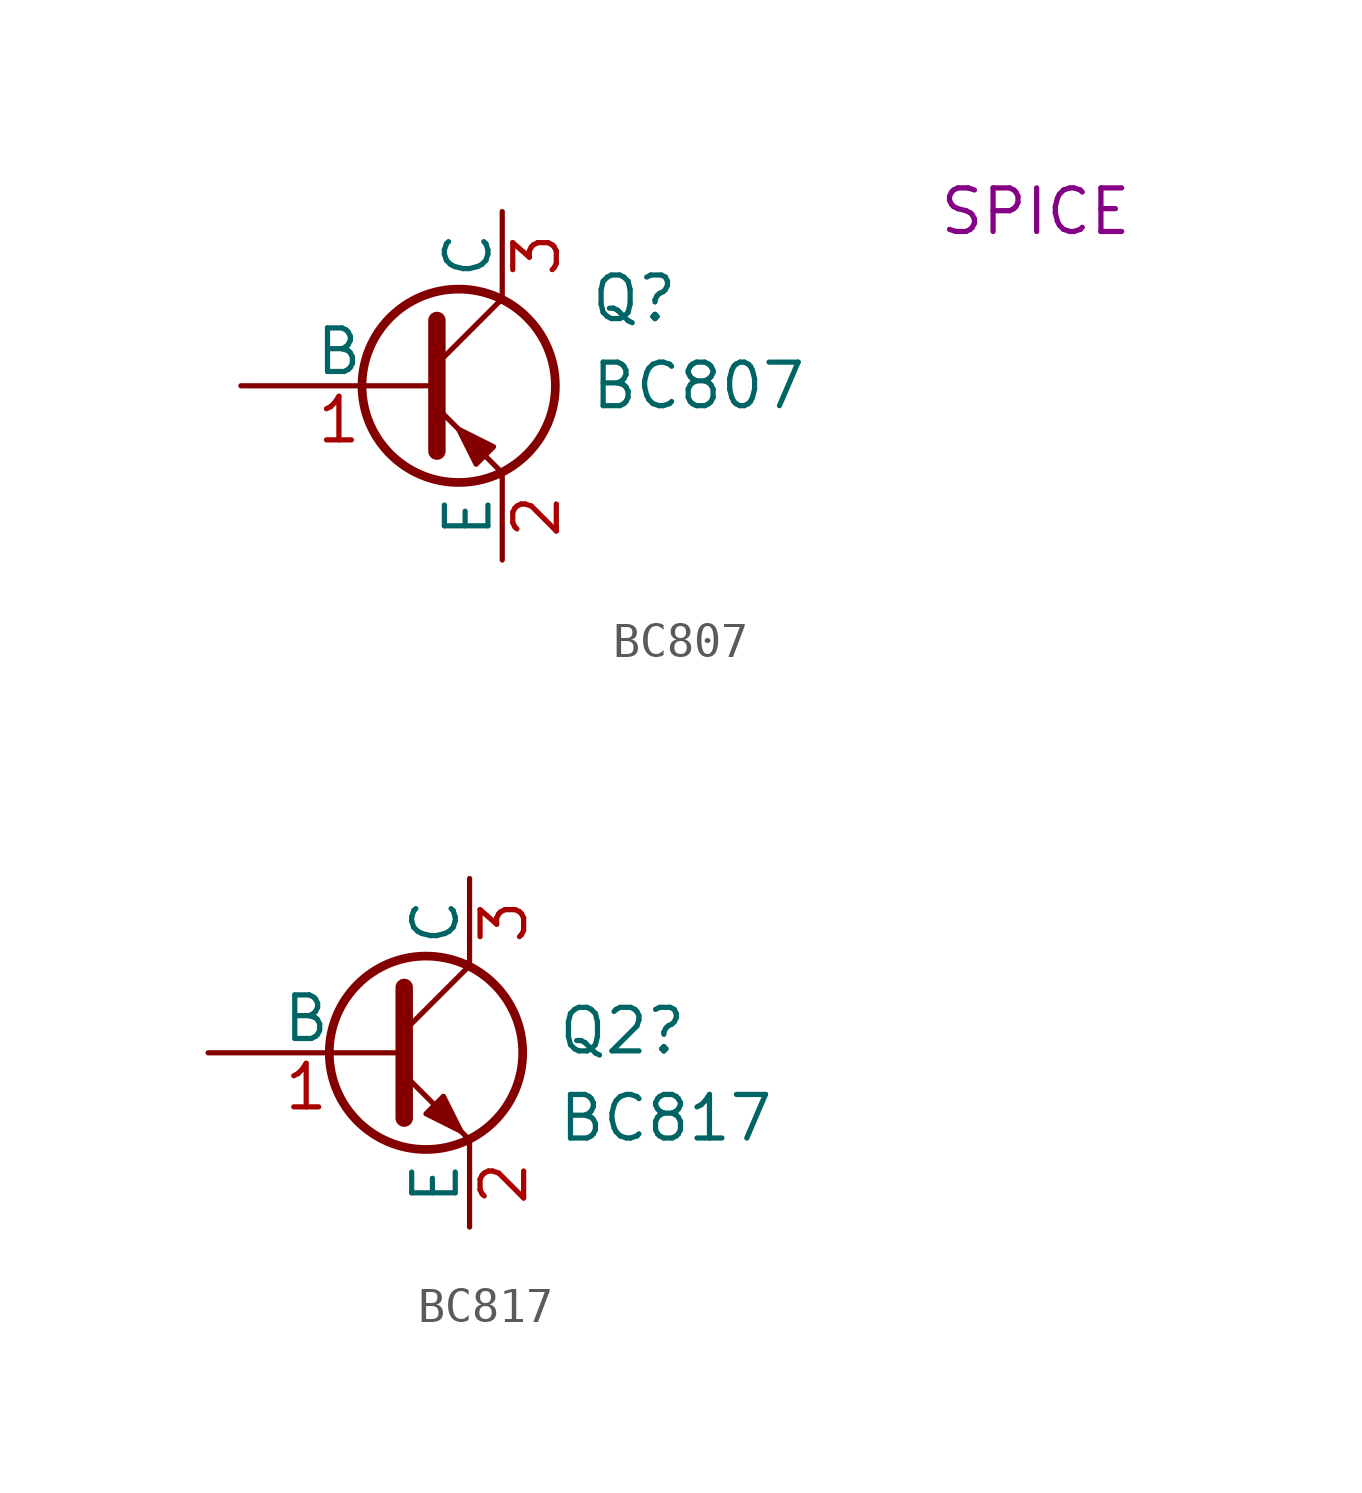
<source format=kicad_sym>
(kicad_symbol_lib
  (version 20220914)
  (generator kicad_symbol_editor)
  (symbol "BC807"
    (pin_names
      (offset 0))
    (property "Reference" "Q"
      (at 5.08 2.54 0)
      (effects (font (size 1.27 1.27)) (justify left)))
    (property "Value" "BC807"
      (at 5.08 0 0)
      (effects (font (size 1.27 1.27)) (justify left)))
    (property "Sim.Device" "SPICE"
      (at 15.24 5.08 0)
      (effects (font (size 1.27 1.27)) (justify left)))
    (symbol "BC807_0_1"
      (polyline (pts (xy 0.635 0.635) (xy 2.54 2.54)) (stroke (width 0) (type default)) (fill (type none)))
      (polyline (pts (xy 0.635 -0.635) (xy 2.54 -2.54) (xy 2.54 -2.54)) (stroke (width 0) (type default)) (fill (type none)))
      (polyline (pts (xy 0.635 1.905) (xy 0.635 -1.905) (xy 0.635 -1.905)) (stroke (width 0.508) (type default)) (fill (type none)))
      (polyline (pts (xy 2.286 -1.778) (xy 1.778 -2.286) (xy 1.27 -1.27) (xy 2.286 -1.778) (xy 2.286 -1.778)) (stroke (width 0) (type default)) (fill (type outline)))
      (circle (center 1.27 0) (radius 2.819) (stroke (width 0.254) (type default)) (fill (type none))))
    (symbol "BC807_1_1"
      (pin input line (at -5.08 0 0) (length 5.715) (name "B" (effects (font (size 1.27 1.27)))) (number "1" (effects (font (size 1.27 1.27)))))
      (pin passive line (at 2.54 -5.08 90) (length 2.54) (name "E" (effects (font (size 1.27 1.27)))) (number "2" (effects (font (size 1.27 1.27)))))
      (pin passive line (at 2.54 5.08 270) (length 2.54) (name "C" (effects (font (size 1.27 1.27)))) (number "3" (effects (font (size 1.27 1.27)))))))
  (symbol "BC817"
    (pin_names
      (offset 0))
    (property "Reference" "Q2"
      (at 5.08 0.635 0)
      (effects (font (size 1.27 1.27)) (justify left)))
    (property "Value" "BC817"
      (at 5.08 -1.905 0)
      (effects (font (size 1.27 1.27)) (justify left)))
    (symbol "BC817_0_1"
      (polyline (pts (xy 0.635 0.635) (xy 2.54 2.54)) (stroke (width 0) (type default)) (fill (type none)))
      (polyline (pts (xy 0.635 -0.635) (xy 2.54 -2.54) (xy 2.54 -2.54)) (stroke (width 0) (type default)) (fill (type none)))
      (polyline (pts (xy 0.635 1.905) (xy 0.635 -1.905) (xy 0.635 -1.905)) (stroke (width 0.508) (type default)) (fill (type none)))
      (polyline (pts (xy 1.27 -1.778) (xy 1.778 -1.27) (xy 2.286 -2.286) (xy 1.27 -1.778) (xy 1.27 -1.778)) (stroke (width 0) (type default)) (fill (type outline)))
      (circle (center 1.27 0) (radius 2.819) (stroke (width 0.254) (type default)) (fill (type none))))
    (symbol "BC817_1_1"
      (pin input line (at -5.08 0 0) (length 5.715) (name "B" (effects (font (size 1.27 1.27)))) (number "1" (effects (font (size 1.27 1.27)))))
      (pin passive line (at 2.54 -5.08 90) (length 2.54) (name "E" (effects (font (size 1.27 1.27)))) (number "2" (effects (font (size 1.27 1.27)))))
      (pin passive line (at 2.54 5.08 270) (length 2.54) (name "C" (effects (font (size 1.27 1.27)))) (number "3" (effects (font (size 1.27 1.27))))))))
</source>
